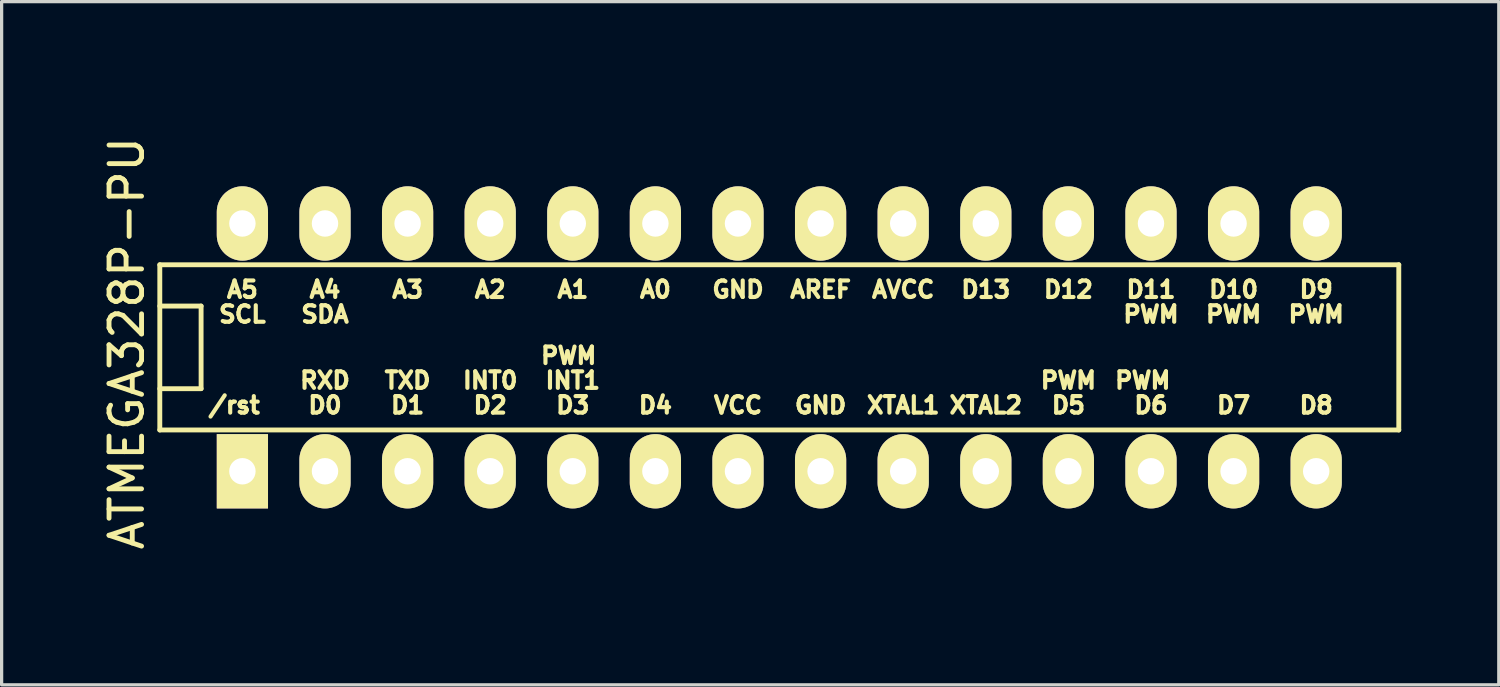
<source format=kicad_pcb>
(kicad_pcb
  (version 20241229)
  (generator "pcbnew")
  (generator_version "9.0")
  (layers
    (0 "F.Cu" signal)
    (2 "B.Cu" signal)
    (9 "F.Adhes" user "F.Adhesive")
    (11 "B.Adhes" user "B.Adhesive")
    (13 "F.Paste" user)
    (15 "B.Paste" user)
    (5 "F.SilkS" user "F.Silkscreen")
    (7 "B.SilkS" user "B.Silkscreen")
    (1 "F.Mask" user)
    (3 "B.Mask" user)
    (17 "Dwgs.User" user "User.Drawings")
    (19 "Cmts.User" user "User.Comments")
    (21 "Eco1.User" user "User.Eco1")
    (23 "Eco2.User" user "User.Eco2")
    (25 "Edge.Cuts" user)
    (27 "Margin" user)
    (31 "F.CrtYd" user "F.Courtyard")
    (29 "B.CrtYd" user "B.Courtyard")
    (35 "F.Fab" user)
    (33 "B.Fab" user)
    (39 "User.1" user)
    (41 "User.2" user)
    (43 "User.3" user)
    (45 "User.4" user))
  (footprint "ATMEGA328P-PU"
    (layer "F.Cu")
    (at 20.914 7.632)
    (property "Reference" "ATMEGA328P-PU" (at -20.066 -0.127 90) (layer "F.SilkS") (effects (font (size 1 1) (thickness 0.15))))
    (attr through_hole)
    (fp_line (start -19.05 -2.54) (end 19.05 -2.54) (stroke (width 0.15) (type solid)) (layer "F.SilkS"))
    (fp_line (start -19.05 -1.27) (end -17.78 -1.27) (stroke (width 0.15) (type solid)) (layer "F.SilkS"))
    (fp_line (start -19.05 2.54) (end -19.05 -2.54) (stroke (width 0.15) (type solid)) (layer "F.SilkS"))
    (fp_line (start -17.78 -1.27) (end -17.78 1.27) (stroke (width 0.15) (type solid)) (layer "F.SilkS"))
    (fp_line (start -17.78 1.27) (end -19.05 1.27) (stroke (width 0.15) (type solid)) (layer "F.SilkS"))
    (fp_line (start 19.05 -2.54) (end 19.05 2.54) (stroke (width 0.15) (type solid)) (layer "F.SilkS"))
    (fp_line (start 19.05 2.54) (end -19.05 2.54) (stroke (width 0.15) (type solid)) (layer "F.SilkS"))
    (fp_line (start -17.78 -6.604) (end -12.7 -6.604) (stroke (width 0.15) (type solid)) (layer "Eco1.User"))
    (fp_line (start -17.78 -6.35) (end -17.78 -6.604) (stroke (width 0.15) (type solid)) (layer "Eco1.User"))
    (fp_line (start -15.24 6.096) (end -15.24 6.35) (stroke (width 0.15) (type solid)) (layer "Eco1.User"))
    (fp_line (start -15.24 6.35) (end -10.16 6.35) (stroke (width 0.15) (type solid)) (layer "Eco1.User"))
    (fp_line (start -12.7 -6.604) (end -12.7 -6.35) (stroke (width 0.15) (type solid)) (layer "Eco1.User"))
    (fp_line (start -10.16 6.35) (end -10.16 6.096) (stroke (width 0.15) (type solid)) (layer "Eco1.User"))
    (fp_line (start 5.08 -6.604) (end 15.24 -6.604) (stroke (width 0.15) (type solid)) (layer "Eco1.User"))
    (fp_line (start 5.08 -6.35) (end 5.08 -6.604) (stroke (width 0.15) (type solid)) (layer "Eco1.User"))
    (fp_line (start 15.24 -6.604) (end 15.24 -6.35) (stroke (width 0.15) (type solid)) (layer "Eco1.User"))
    (fp_text user "/rst" (at -16.764 1.778 0) (layer "F.SilkS") (effects (font (size 0.508 0.508) (thickness 0.127))))
    (fp_text user "D2" (at -8.89 1.778 0) (layer "F.SilkS") (effects (font (size 0.508 0.508) (thickness 0.127))))
    (fp_text user "A5" (at -16.51 -1.778 0) (layer "F.SilkS") (effects (font (size 0.508 0.508) (thickness 0.127))))
    (fp_text user "SDA" (at -13.97 -1.016 0) (layer "F.SilkS") (effects (font (size 0.508 0.508) (thickness 0.127))))
    (fp_text user "PWM" (at 11.176 1.016 0) (layer "F.SilkS") (effects (font (size 0.508 0.508) (thickness 0.127))))
    (fp_text user "D4" (at -3.81 1.778 0) (layer "F.SilkS") (effects (font (size 0.508 0.508) (thickness 0.127))))
    (fp_text user "A2" (at -8.89 -1.778 0) (layer "F.SilkS") (effects (font (size 0.508 0.508) (thickness 0.127))))
    (fp_text user "D6" (at 11.43 1.778 0) (layer "F.SilkS") (effects (font (size 0.508 0.508) (thickness 0.127))))
    (fp_text user "PWM" (at 13.97 -1.016 0) (layer "F.SilkS") (effects (font (size 0.508 0.508) (thickness 0.127))))
    (fp_text user "A4" (at -13.97 -1.778 0) (layer "F.SilkS") (effects (font (size 0.508 0.508) (thickness 0.127))))
    (fp_text user "SCL" (at -16.51 -1.016 0) (layer "F.SilkS") (effects (font (size 0.508 0.508) (thickness 0.127))))
    (fp_text user "XTAL1" (at 3.81 1.778 0) (layer "F.SilkS") (effects (font (size 0.508 0.508) (thickness 0.127))))
    (fp_text user "PWM" (at 16.51 -1.016 0) (layer "F.SilkS") (effects (font (size 0.508 0.508) (thickness 0.127))))
    (fp_text user "PWM" (at -6.477 0.254 0) (layer "F.SilkS") (effects (font (size 0.508 0.508) (thickness 0.127))))
    (fp_text user "D9" (at 16.51 -1.778 0) (layer "F.SilkS") (effects (font (size 0.508 0.508) (thickness 0.127))))
    (fp_text user "AVCC" (at 3.81 -1.778 0) (layer "F.SilkS") (effects (font (size 0.508 0.508) (thickness 0.127))))
    (fp_text user "A0" (at -3.81 -1.778 0) (layer "F.SilkS") (effects (font (size 0.508 0.508) (thickness 0.127))))
    (fp_text user "D13" (at 6.35 -1.778 0) (layer "F.SilkS") (effects (font (size 0.508 0.508) (thickness 0.127))))
    (fp_text user "D0" (at -13.97 1.778 0) (layer "F.SilkS") (effects (font (size 0.508 0.508) (thickness 0.127))))
    (fp_text user "XTAL2" (at 6.35 1.778 0) (layer "F.SilkS") (effects (font (size 0.508 0.508) (thickness 0.127))))
    (fp_text user "TXD" (at -11.43 1.016 0) (layer "F.SilkS") (effects (font (size 0.508 0.508) (thickness 0.127))))
    (fp_text user "VCC" (at -1.27 1.778 0) (layer "F.SilkS") (effects (font (size 0.508 0.508) (thickness 0.127))))
    (fp_text user "D3" (at -6.35 1.778 0) (layer "F.SilkS") (effects (font (size 0.508 0.508) (thickness 0.127))))
    (fp_text user "D12" (at 8.89 -1.778 0) (layer "F.SilkS") (effects (font (size 0.508 0.508) (thickness 0.127))))
    (fp_text user "GND" (at -1.27 -1.778 0) (layer "F.SilkS") (effects (font (size 0.508 0.508) (thickness 0.127))))
    (fp_text user "D5" (at 8.89 1.778 0) (layer "F.SilkS") (effects (font (size 0.508 0.508) (thickness 0.127))))
    (fp_text user "D7" (at 13.97 1.778 0) (layer "F.SilkS") (effects (font (size 0.508 0.508) (thickness 0.127))))
    (fp_text user "D1" (at -11.43 1.778 0) (layer "F.SilkS") (effects (font (size 0.508 0.508) (thickness 0.127))))
    (fp_text user "PWM" (at 11.43 -1.016 0) (layer "F.SilkS") (effects (font (size 0.508 0.508) (thickness 0.127))))
    (fp_text user "GND" (at 1.27 1.778 0) (layer "F.SilkS") (effects (font (size 0.508 0.508) (thickness 0.127))))
    (fp_text user "A1" (at -6.35 -1.778 0) (layer "F.SilkS") (effects (font (size 0.508 0.508) (thickness 0.127))))
    (fp_text user "D10" (at 13.97 -1.778 0) (layer "F.SilkS") (effects (font (size 0.508 0.508) (thickness 0.127))))
    (fp_text user "INT1" (at -6.35 1.016 0) (layer "F.SilkS") (effects (font (size 0.508 0.508) (thickness 0.127))))
    (fp_text user "A3" (at -11.43 -1.778 0) (layer "F.SilkS") (effects (font (size 0.508 0.508) (thickness 0.127))))
    (fp_text user "D11" (at 11.43 -1.778 0) (layer "F.SilkS") (effects (font (size 0.508 0.508) (thickness 0.127))))
    (fp_text user "RXD" (at -13.97 1.016 0) (layer "F.SilkS") (effects (font (size 0.508 0.508) (thickness 0.127))))
    (fp_text user "PWM" (at 8.89 1.016 0) (layer "F.SilkS") (effects (font (size 0.508 0.508) (thickness 0.127))))
    (fp_text user "D8" (at 16.51 1.778 0) (layer "F.SilkS") (effects (font (size 0.508 0.508) (thickness 0.127))))
    (fp_text user "AREF" (at 1.27 -1.778 0) (layer "F.SilkS") (effects (font (size 0.508 0.508) (thickness 0.127))))
    (fp_text user "INT0" (at -8.89 1.016 0) (layer "F.SilkS") (effects (font (size 0.508 0.508) (thickness 0.127))))
    (fp_text user "SCK" (at 6.35 -5.588 0) (layer "Eco1.User") (effects (font (size 0.508 0.508) (thickness 0.127))))
    (fp_text user "SPI" (at 10.16 -7.112 0) (layer "Eco1.User") (effects (font (size 0.508 0.508) (thickness 0.127))))
    (fp_text user "/SS" (at 13.716 -5.588 0) (layer "Eco1.User") (effects (font (size 0.508 0.508) (thickness 0.127))))
    (fp_text user "MOSI" (at 11.43 -5.588 0) (layer "Eco1.User") (effects (font (size 0.508 0.508) (thickness 0.127))))
    (fp_text user "UART" (at -12.7 6.858 0) (layer "Eco1.User") (effects (font (size 0.508 0.508) (thickness 0.127))))
    (fp_text user "MISO" (at 8.89 -5.588 0) (layer "Eco1.User") (effects (font (size 0.508 0.508) (thickness 0.127))))
    (fp_text user "I2C" (at -15.24 -7.112 0) (layer "Eco1.User") (effects (font (size 0.508 0.508) (thickness 0.127))))
    (pad "1" thru_hole rect (at -16.51 3.81) (size 1.575 2.286) (drill 0.813) (layers "*.Cu" "*.Mask" "F.SilkS"))
    (pad "2" thru_hole oval (at -13.97 3.81) (size 1.575 2.286) (drill 0.813) (layers "*.Cu" "*.Mask" "F.SilkS"))
    (pad "3" thru_hole oval (at -11.43 3.81) (size 1.575 2.286) (drill 0.813) (layers "*.Cu" "*.Mask" "F.SilkS"))
    (pad "4" thru_hole oval (at -8.89 3.81) (size 1.575 2.286) (drill 0.813) (layers "*.Cu" "*.Mask" "F.SilkS"))
    (pad "5" thru_hole oval (at -6.35 3.81) (size 1.575 2.286) (drill 0.813) (layers "*.Cu" "*.Mask" "F.SilkS"))
    (pad "6" thru_hole oval (at -3.81 3.81) (size 1.575 2.286) (drill 0.813) (layers "*.Cu" "*.Mask" "F.SilkS"))
    (pad "7" thru_hole oval (at -1.27 3.81) (size 1.575 2.286) (drill 0.813) (layers "*.Cu" "*.Mask" "F.SilkS"))
    (pad "8" thru_hole oval (at 1.27 3.81) (size 1.575 2.286) (drill 0.813) (layers "*.Cu" "*.Mask" "F.SilkS"))
    (pad "9" thru_hole oval (at 3.81 3.81) (size 1.575 2.286) (drill 0.813) (layers "*.Cu" "*.Mask" "F.SilkS"))
    (pad "10" thru_hole oval (at 6.35 3.81) (size 1.575 2.286) (drill 0.813) (layers "*.Cu" "*.Mask" "F.SilkS"))
    (pad "11" thru_hole oval (at 8.89 3.81) (size 1.575 2.286) (drill 0.813) (layers "*.Cu" "*.Mask" "F.SilkS"))
    (pad "12" thru_hole oval (at 11.43 3.81) (size 1.575 2.286) (drill 0.813) (layers "*.Cu" "*.Mask" "F.SilkS"))
    (pad "13" thru_hole oval (at 13.97 3.81) (size 1.575 2.286) (drill 0.813) (layers "*.Cu" "*.Mask" "F.SilkS"))
    (pad "14" thru_hole oval (at 16.51 3.81) (size 1.575 2.286) (drill 0.813) (layers "*.Cu" "*.Mask" "F.SilkS"))
    (pad "15" thru_hole oval (at 16.51 -3.81) (size 1.575 2.286) (drill 0.813) (layers "*.Cu" "*.Mask" "F.SilkS"))
    (pad "16" thru_hole oval (at 13.97 -3.81) (size 1.575 2.286) (drill 0.813) (layers "*.Cu" "*.Mask" "F.SilkS"))
    (pad "17" thru_hole oval (at 11.43 -3.81) (size 1.575 2.286) (drill 0.813) (layers "*.Cu" "*.Mask" "F.SilkS"))
    (pad "18" thru_hole oval (at 8.89 -3.81) (size 1.575 2.286) (drill 0.813) (layers "*.Cu" "*.Mask" "F.SilkS"))
    (pad "19" thru_hole oval (at 6.35 -3.81) (size 1.575 2.286) (drill 0.813) (layers "*.Cu" "*.Mask" "F.SilkS"))
    (pad "20" thru_hole oval (at 3.81 -3.81) (size 1.575 2.286) (drill 0.813) (layers "*.Cu" "*.Mask" "F.SilkS"))
    (pad "21" thru_hole oval (at 1.27 -3.81) (size 1.575 2.286) (drill 0.813) (layers "*.Cu" "*.Mask" "F.SilkS"))
    (pad "22" thru_hole oval (at -1.27 -3.81) (size 1.575 2.286) (drill 0.813) (layers "*.Cu" "*.Mask" "F.SilkS"))
    (pad "23" thru_hole oval (at -3.81 -3.81) (size 1.575 2.286) (drill 0.813) (layers "*.Cu" "*.Mask" "F.SilkS"))
    (pad "24" thru_hole oval (at -6.35 -3.81) (size 1.575 2.286) (drill 0.813) (layers "*.Cu" "*.Mask" "F.SilkS"))
    (pad "25" thru_hole oval (at -8.89 -3.81) (size 1.575 2.286) (drill 0.813) (layers "*.Cu" "*.Mask" "F.SilkS"))
    (pad "26" thru_hole oval (at -11.43 -3.81) (size 1.575 2.286) (drill 0.813) (layers "*.Cu" "*.Mask" "F.SilkS"))
    (pad "27" thru_hole oval (at -13.97 -3.81) (size 1.575 2.286) (drill 0.813) (layers "*.Cu" "*.Mask" "F.SilkS"))
    (pad "28" thru_hole oval (at -16.51 -3.81) (size 1.575 2.286) (drill 0.813) (layers "*.Cu" "*.Mask" "F.SilkS")))
  (gr_rect
    (start -3 -3)
    (end 43.039 18.01)
    (stroke (width 0.1) (type default))
    (fill no)
    (layer "Edge.Cuts")))
</source>
